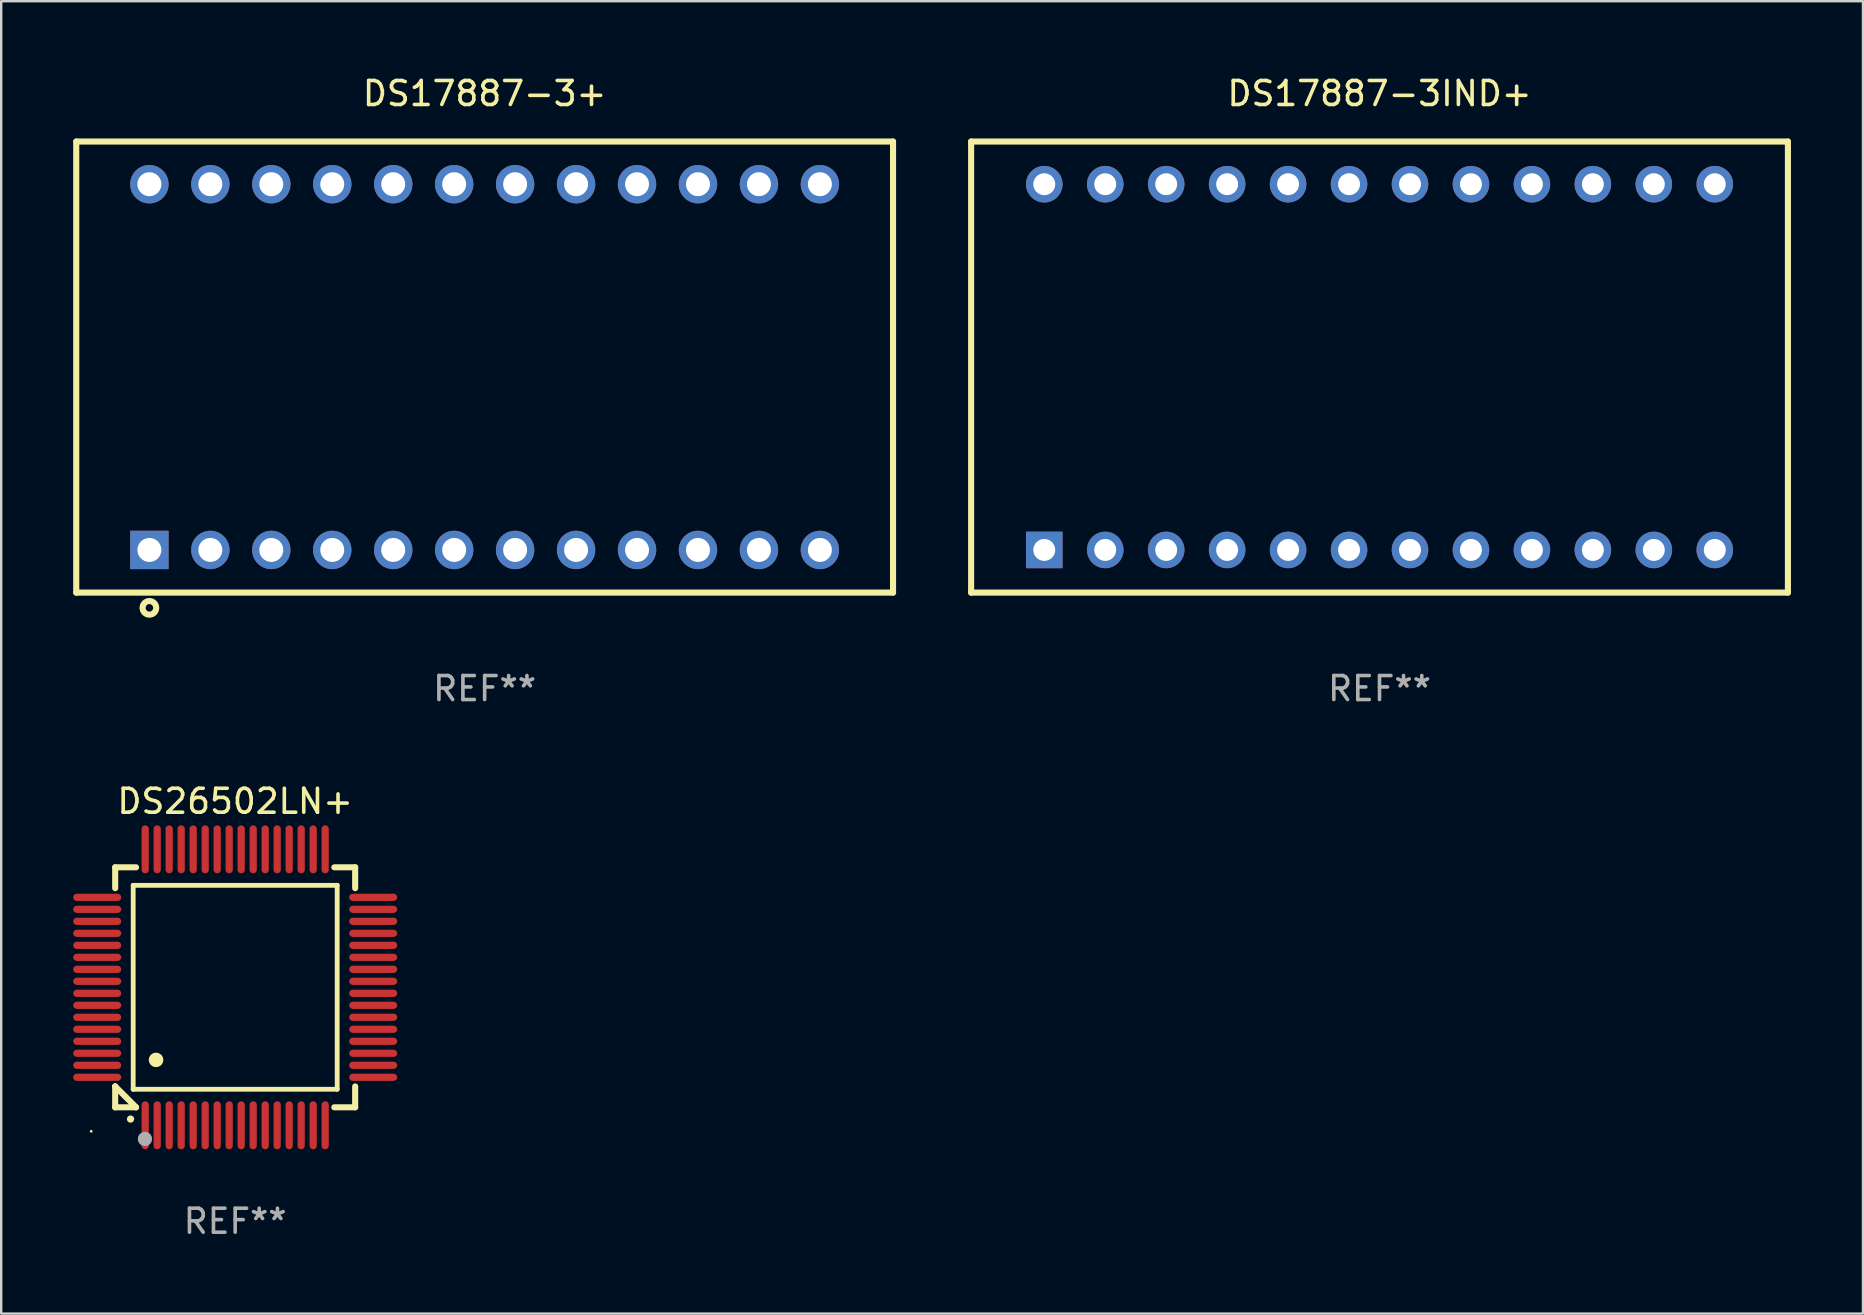
<source format=kicad_pcb>
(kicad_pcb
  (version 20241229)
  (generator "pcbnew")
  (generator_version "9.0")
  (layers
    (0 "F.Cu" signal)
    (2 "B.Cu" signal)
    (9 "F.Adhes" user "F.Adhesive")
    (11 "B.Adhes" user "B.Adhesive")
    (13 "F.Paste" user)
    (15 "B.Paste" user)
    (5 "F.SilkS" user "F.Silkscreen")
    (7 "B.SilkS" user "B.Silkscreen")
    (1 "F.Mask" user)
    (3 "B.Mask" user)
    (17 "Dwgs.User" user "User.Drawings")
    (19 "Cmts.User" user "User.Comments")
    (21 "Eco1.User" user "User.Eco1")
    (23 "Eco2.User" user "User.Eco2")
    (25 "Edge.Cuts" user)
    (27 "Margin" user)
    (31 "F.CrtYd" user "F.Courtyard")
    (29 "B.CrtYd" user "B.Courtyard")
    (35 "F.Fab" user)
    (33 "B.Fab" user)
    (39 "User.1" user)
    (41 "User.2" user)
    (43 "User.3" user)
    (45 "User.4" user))
  (footprint "DS17887-3IND+"
    (layer "F.Cu")
    (at 54.435 12.246)
    (property "Reference" "DS17887-3IND+" (at 0 -11.398 0) (layer "F.SilkS") (effects (font (size 1 1) (thickness 0.15))))
    (attr through_hole)
    (fp_line (start -17.018 -9.398) (end -17.018 9.398) (stroke (width 0.254) (type solid)) (layer "F.SilkS"))
    (fp_line (start -17.018 -9.398) (end 17.018 -9.398) (stroke (width 0.254) (type solid)) (layer "F.SilkS"))
    (fp_line (start -17.018 9.398) (end 17.018 9.398) (stroke (width 0.254) (type solid)) (layer "F.SilkS"))
    (fp_line (start 17.018 -9.398) (end 17.018 9.398) (stroke (width 0.254) (type solid)) (layer "F.SilkS"))
    (fp_text user "REF**" (at 0 13.398 0) (layer "F.Fab") (effects (font (size 1 1) (thickness 0.15))))
    (pad "1" thru_hole rect (at -13.97 7.62) (size 1.524 1.524) (drill 0.914) (layers "*.Cu" "*.Mask"))
    (pad "2" thru_hole circle (at -11.43 7.62) (size 1.524 1.524) (drill 0.914) (layers "*.Cu" "*.Mask"))
    (pad "3" thru_hole circle (at -8.89 7.62) (size 1.524 1.524) (drill 0.914) (layers "*.Cu" "*.Mask"))
    (pad "4" thru_hole circle (at -6.35 7.62) (size 1.524 1.524) (drill 0.914) (layers "*.Cu" "*.Mask"))
    (pad "5" thru_hole circle (at -3.81 7.62) (size 1.524 1.524) (drill 0.914) (layers "*.Cu" "*.Mask"))
    (pad "6" thru_hole circle (at -1.27 7.62) (size 1.524 1.524) (drill 0.914) (layers "*.Cu" "*.Mask"))
    (pad "7" thru_hole circle (at 1.27 7.62) (size 1.524 1.524) (drill 0.914) (layers "*.Cu" "*.Mask"))
    (pad "8" thru_hole circle (at 3.81 7.62) (size 1.524 1.524) (drill 0.914) (layers "*.Cu" "*.Mask"))
    (pad "9" thru_hole circle (at 6.35 7.62) (size 1.524 1.524) (drill 0.914) (layers "*.Cu" "*.Mask"))
    (pad "10" thru_hole circle (at 8.89 7.62) (size 1.524 1.524) (drill 0.914) (layers "*.Cu" "*.Mask"))
    (pad "11" thru_hole circle (at 11.43 7.62) (size 1.524 1.524) (drill 0.914) (layers "*.Cu" "*.Mask"))
    (pad "12" thru_hole circle (at 13.97 7.62) (size 1.524 1.524) (drill 0.914) (layers "*.Cu" "*.Mask"))
    (pad "13" thru_hole circle (at 13.97 -7.62) (size 1.524 1.524) (drill 0.914) (layers "*.Cu" "*.Mask"))
    (pad "14" thru_hole circle (at 11.43 -7.62) (size 1.524 1.524) (drill 0.914) (layers "*.Cu" "*.Mask"))
    (pad "15" thru_hole circle (at 8.89 -7.62) (size 1.524 1.524) (drill 0.914) (layers "*.Cu" "*.Mask"))
    (pad "16" thru_hole circle (at 6.35 -7.62) (size 1.524 1.524) (drill 0.914) (layers "*.Cu" "*.Mask"))
    (pad "17" thru_hole circle (at 3.81 -7.62) (size 1.524 1.524) (drill 0.914) (layers "*.Cu" "*.Mask"))
    (pad "18" thru_hole circle (at 1.27 -7.62) (size 1.524 1.524) (drill 0.914) (layers "*.Cu" "*.Mask"))
    (pad "19" thru_hole circle (at -1.27 -7.62) (size 1.524 1.524) (drill 0.914) (layers "*.Cu" "*.Mask"))
    (pad "20" thru_hole circle (at -3.81 -7.62) (size 1.524 1.524) (drill 0.914) (layers "*.Cu" "*.Mask"))
    (pad "21" thru_hole circle (at -6.35 -7.62) (size 1.524 1.524) (drill 0.914) (layers "*.Cu" "*.Mask"))
    (pad "22" thru_hole circle (at -8.89 -7.62) (size 1.524 1.524) (drill 0.914) (layers "*.Cu" "*.Mask"))
    (pad "23" thru_hole circle (at -11.43 -7.62) (size 1.524 1.524) (drill 0.914) (layers "*.Cu" "*.Mask"))
    (pad "24" thru_hole circle (at -13.97 -7.62) (size 1.524 1.524) (drill 0.914) (layers "*.Cu" "*.Mask")))
  (footprint "DS17887-3+"
    (layer "F.Cu")
    (at 17.145 12.246)
    (property "Reference" "DS17887-3+" (at 0 -11.398 0) (layer "F.SilkS") (effects (font (size 1 1) (thickness 0.15))))
    (attr through_hole)
    (fp_line (start -17.018 -9.398) (end -17.018 9.398) (stroke (width 0.254) (type solid)) (layer "F.SilkS"))
    (fp_line (start -17.018 -9.398) (end 17.018 -9.398) (stroke (width 0.254) (type solid)) (layer "F.SilkS"))
    (fp_line (start -17.018 9.398) (end 17.018 9.398) (stroke (width 0.254) (type solid)) (layer "F.SilkS"))
    (fp_line (start 17.018 -9.398) (end 17.018 9.398) (stroke (width 0.254) (type solid)) (layer "F.SilkS"))
    (fp_circle (center -13.97 10.033) (end -13.686 10.033) (stroke (width 0.254) (type solid)) (fill no) (layer "F.SilkS"))
    (fp_text user "REF**" (at 0 13.398 0) (layer "F.Fab") (effects (font (size 1 1) (thickness 0.15))))
    (pad "1" thru_hole rect (at -13.97 7.62) (size 1.6 1.6) (drill 1) (layers "*.Cu" "*.Mask"))
    (pad "2" thru_hole circle (at -11.43 7.62) (size 1.6 1.6) (drill 1) (layers "*.Cu" "*.Mask"))
    (pad "3" thru_hole circle (at -8.89 7.62) (size 1.6 1.6) (drill 1) (layers "*.Cu" "*.Mask"))
    (pad "4" thru_hole circle (at -6.35 7.62) (size 1.6 1.6) (drill 1) (layers "*.Cu" "*.Mask"))
    (pad "5" thru_hole circle (at -3.81 7.62) (size 1.6 1.6) (drill 1) (layers "*.Cu" "*.Mask"))
    (pad "6" thru_hole circle (at -1.27 7.62) (size 1.6 1.6) (drill 1) (layers "*.Cu" "*.Mask"))
    (pad "7" thru_hole circle (at 1.27 7.62) (size 1.6 1.6) (drill 1) (layers "*.Cu" "*.Mask"))
    (pad "8" thru_hole circle (at 3.81 7.62) (size 1.6 1.6) (drill 1) (layers "*.Cu" "*.Mask"))
    (pad "9" thru_hole circle (at 6.35 7.62) (size 1.6 1.6) (drill 1) (layers "*.Cu" "*.Mask"))
    (pad "10" thru_hole circle (at 8.89 7.62) (size 1.6 1.6) (drill 1) (layers "*.Cu" "*.Mask"))
    (pad "11" thru_hole circle (at 11.43 7.62) (size 1.6 1.6) (drill 1) (layers "*.Cu" "*.Mask"))
    (pad "12" thru_hole circle (at 13.97 7.62) (size 1.6 1.6) (drill 1) (layers "*.Cu" "*.Mask"))
    (pad "13" thru_hole circle (at 13.97 -7.62) (size 1.6 1.6) (drill 1) (layers "*.Cu" "*.Mask"))
    (pad "14" thru_hole circle (at 11.43 -7.62) (size 1.6 1.6) (drill 1) (layers "*.Cu" "*.Mask"))
    (pad "15" thru_hole circle (at 8.89 -7.62) (size 1.6 1.6) (drill 1) (layers "*.Cu" "*.Mask"))
    (pad "16" thru_hole circle (at 6.35 -7.62) (size 1.6 1.6) (drill 1) (layers "*.Cu" "*.Mask"))
    (pad "17" thru_hole circle (at 3.81 -7.62) (size 1.6 1.6) (drill 1) (layers "*.Cu" "*.Mask"))
    (pad "18" thru_hole circle (at 1.27 -7.62) (size 1.6 1.6) (drill 1) (layers "*.Cu" "*.Mask"))
    (pad "19" thru_hole circle (at -1.27 -7.62) (size 1.6 1.6) (drill 1) (layers "*.Cu" "*.Mask"))
    (pad "20" thru_hole circle (at -3.81 -7.62) (size 1.6 1.6) (drill 1) (layers "*.Cu" "*.Mask"))
    (pad "21" thru_hole circle (at -6.35 -7.62) (size 1.6 1.6) (drill 1) (layers "*.Cu" "*.Mask"))
    (pad "22" thru_hole circle (at -8.89 -7.62) (size 1.6 1.6) (drill 1) (layers "*.Cu" "*.Mask"))
    (pad "23" thru_hole circle (at -11.43 -7.62) (size 1.6 1.6) (drill 1) (layers "*.Cu" "*.Mask"))
    (pad "24" thru_hole circle (at -13.97 -7.62) (size 1.6 1.6) (drill 1) (layers "*.Cu" "*.Mask")))
  (footprint "DS26502LN+"
    (layer "F.Cu")
    (at 6.75 38.091)
    (property "Reference" "DS26502LN+" (at 0 -7.75 0) (layer "F.SilkS") (effects (font (size 1 1) (thickness 0.15))))
    (attr through_hole)
    (fp_line (start -5 -5) (end -4.131 -5) (stroke (width 0.254) (type solid)) (layer "F.SilkS"))
    (fp_line (start -5 -4.131) (end -5 -5) (stroke (width 0.254) (type solid)) (layer "F.SilkS"))
    (fp_line (start -5 4.131) (end -5 4.131) (stroke (width 0.254) (type solid)) (layer "F.SilkS"))
    (fp_line (start -5 5) (end -5 4.131) (stroke (width 0.254) (type solid)) (layer "F.SilkS"))
    (fp_line (start -5 4.131) (end -4.131 5) (stroke (width 0.254) (type solid)) (layer "F.SilkS"))
    (fp_line (start -4.25 -4.25) (end -4.25 4.25) (stroke (width 0.2) (type solid)) (layer "F.SilkS"))
    (fp_line (start -4.25 4.25) (end 4.25 4.25) (stroke (width 0.2) (type solid)) (layer "F.SilkS"))
    (fp_line (start -4.131 5) (end -5 5) (stroke (width 0.254) (type solid)) (layer "F.SilkS"))
    (fp_line (start 4.25 -4.25) (end -4.25 -4.25) (stroke (width 0.2) (type solid)) (layer "F.SilkS"))
    (fp_line (start 4.25 4.25) (end 4.25 -4.25) (stroke (width 0.2) (type solid)) (layer "F.SilkS"))
    (fp_line (start 5 -5) (end 4.131 -5) (stroke (width 0.254) (type solid)) (layer "F.SilkS"))
    (fp_line (start 5 -5) (end 5 -4.131) (stroke (width 0.254) (type solid)) (layer "F.SilkS"))
    (fp_line (start 5 4.131) (end 5 5) (stroke (width 0.254) (type solid)) (layer "F.SilkS"))
    (fp_line (start 5 5) (end 4.131 5) (stroke (width 0.254) (type solid)) (layer "F.SilkS"))
    (fp_arc (start -4.361265 5.489992) (mid -4.359995 5.489987) (end -4.358725 5.489992) (stroke (width 0.3) (type solid)) (layer "F.SilkS"))
    (fp_arc (start -3.299467 3.025146) (mid -3.296927 3.025135) (end -3.294387 3.025146) (stroke (width 0.6) (type solid)) (layer "F.SilkS"))
    (fp_circle (center -6 6) (end -5.97 6) (stroke (width 0.06) (type solid)) (fill no) (layer "F.SilkS"))
    (fp_circle (center -3.76 6.32) (end -3.61 6.32) (stroke (width 0.3) (type solid)) (fill no) (layer "F.Fab"))
    (fp_text user "REF**" (at 0 9.75 0) (layer "F.Fab") (effects (font (size 1 1) (thickness 0.15))))
    (pad "1" smd oval (at -3.75 5.75) (size 0.3 2) (layers "F.Cu" "F.Mask" "F.Paste"))
    (pad "2" smd oval (at -3.25 5.75) (size 0.3 2) (layers "F.Cu" "F.Mask" "F.Paste"))
    (pad "3" smd oval (at -2.75 5.75) (size 0.3 2) (layers "F.Cu" "F.Mask" "F.Paste"))
    (pad "4" smd oval (at -2.25 5.75) (size 0.3 2) (layers "F.Cu" "F.Mask" "F.Paste"))
    (pad "5" smd oval (at -1.75 5.75) (size 0.3 2) (layers "F.Cu" "F.Mask" "F.Paste"))
    (pad "6" smd oval (at -1.25 5.75) (size 0.3 2) (layers "F.Cu" "F.Mask" "F.Paste"))
    (pad "7" smd oval (at -0.75 5.75) (size 0.3 2) (layers "F.Cu" "F.Mask" "F.Paste"))
    (pad "8" smd oval (at -0.25 5.75) (size 0.3 2) (layers "F.Cu" "F.Mask" "F.Paste"))
    (pad "9" smd oval (at 0.25 5.75) (size 0.3 2) (layers "F.Cu" "F.Mask" "F.Paste"))
    (pad "10" smd oval (at 0.75 5.75) (size 0.3 2) (layers "F.Cu" "F.Mask" "F.Paste"))
    (pad "11" smd oval (at 1.25 5.75) (size 0.3 2) (layers "F.Cu" "F.Mask" "F.Paste"))
    (pad "12" smd oval (at 1.75 5.75) (size 0.3 2) (layers "F.Cu" "F.Mask" "F.Paste"))
    (pad "13" smd oval (at 2.25 5.75) (size 0.3 2) (layers "F.Cu" "F.Mask" "F.Paste"))
    (pad "14" smd oval (at 2.75 5.75) (size 0.3 2) (layers "F.Cu" "F.Mask" "F.Paste"))
    (pad "15" smd oval (at 3.25 5.75) (size 0.3 2) (layers "F.Cu" "F.Mask" "F.Paste"))
    (pad "16" smd oval (at 3.75 5.75) (size 0.3 2) (layers "F.Cu" "F.Mask" "F.Paste"))
    (pad "17" smd oval (at 5.75 3.75) (size 2 0.3) (layers "F.Cu" "F.Mask" "F.Paste"))
    (pad "18" smd oval (at 5.75 3.25) (size 2 0.3) (layers "F.Cu" "F.Mask" "F.Paste"))
    (pad "19" smd oval (at 5.75 2.75) (size 2 0.3) (layers "F.Cu" "F.Mask" "F.Paste"))
    (pad "20" smd oval (at 5.75 2.25) (size 2 0.3) (layers "F.Cu" "F.Mask" "F.Paste"))
    (pad "21" smd oval (at 5.75 1.75) (size 2 0.3) (layers "F.Cu" "F.Mask" "F.Paste"))
    (pad "22" smd oval (at 5.75 1.25) (size 2 0.3) (layers "F.Cu" "F.Mask" "F.Paste"))
    (pad "23" smd oval (at 5.75 0.75) (size 2 0.3) (layers "F.Cu" "F.Mask" "F.Paste"))
    (pad "24" smd oval (at 5.75 0.25) (size 2 0.3) (layers "F.Cu" "F.Mask" "F.Paste"))
    (pad "25" smd oval (at 5.75 -0.25) (size 2 0.3) (layers "F.Cu" "F.Mask" "F.Paste"))
    (pad "26" smd oval (at 5.75 -0.75) (size 2 0.3) (layers "F.Cu" "F.Mask" "F.Paste"))
    (pad "27" smd oval (at 5.75 -1.25) (size 2 0.3) (layers "F.Cu" "F.Mask" "F.Paste"))
    (pad "28" smd oval (at 5.75 -1.75) (size 2 0.3) (layers "F.Cu" "F.Mask" "F.Paste"))
    (pad "29" smd oval (at 5.75 -2.25) (size 2 0.3) (layers "F.Cu" "F.Mask" "F.Paste"))
    (pad "30" smd oval (at 5.75 -2.75) (size 2 0.3) (layers "F.Cu" "F.Mask" "F.Paste"))
    (pad "31" smd oval (at 5.75 -3.25) (size 2 0.3) (layers "F.Cu" "F.Mask" "F.Paste"))
    (pad "32" smd oval (at 5.75 -3.75) (size 2 0.3) (layers "F.Cu" "F.Mask" "F.Paste"))
    (pad "33" smd oval (at 3.75 -5.75) (size 0.3 2) (layers "F.Cu" "F.Mask" "F.Paste"))
    (pad "34" smd oval (at 3.25 -5.75) (size 0.3 2) (layers "F.Cu" "F.Mask" "F.Paste"))
    (pad "35" smd oval (at 2.75 -5.75) (size 0.3 2) (layers "F.Cu" "F.Mask" "F.Paste"))
    (pad "36" smd oval (at 2.25 -5.75) (size 0.3 2) (layers "F.Cu" "F.Mask" "F.Paste"))
    (pad "37" smd oval (at 1.75 -5.75) (size 0.3 2) (layers "F.Cu" "F.Mask" "F.Paste"))
    (pad "38" smd oval (at 1.25 -5.75) (size 0.3 2) (layers "F.Cu" "F.Mask" "F.Paste"))
    (pad "39" smd oval (at 0.75 -5.75) (size 0.3 2) (layers "F.Cu" "F.Mask" "F.Paste"))
    (pad "40" smd oval (at 0.25 -5.75) (size 0.3 2) (layers "F.Cu" "F.Mask" "F.Paste"))
    (pad "41" smd oval (at -0.25 -5.75) (size 0.3 2) (layers "F.Cu" "F.Mask" "F.Paste"))
    (pad "42" smd oval (at -0.75 -5.75) (size 0.3 2) (layers "F.Cu" "F.Mask" "F.Paste"))
    (pad "43" smd oval (at -1.25 -5.75) (size 0.3 2) (layers "F.Cu" "F.Mask" "F.Paste"))
    (pad "44" smd oval (at -1.75 -5.75) (size 0.3 2) (layers "F.Cu" "F.Mask" "F.Paste"))
    (pad "45" smd oval (at -2.25 -5.75) (size 0.3 2) (layers "F.Cu" "F.Mask" "F.Paste"))
    (pad "46" smd oval (at -2.75 -5.75) (size 0.3 2) (layers "F.Cu" "F.Mask" "F.Paste"))
    (pad "47" smd oval (at -3.25 -5.75) (size 0.3 2) (layers "F.Cu" "F.Mask" "F.Paste"))
    (pad "48" smd oval (at -3.75 -5.75) (size 0.3 2) (layers "F.Cu" "F.Mask" "F.Paste"))
    (pad "49" smd oval (at -5.75 -3.75) (size 2 0.3) (layers "F.Cu" "F.Mask" "F.Paste"))
    (pad "50" smd oval (at -5.75 -3.25) (size 2 0.3) (layers "F.Cu" "F.Mask" "F.Paste"))
    (pad "51" smd oval (at -5.75 -2.75) (size 2 0.3) (layers "F.Cu" "F.Mask" "F.Paste"))
    (pad "52" smd oval (at -5.75 -2.25) (size 2 0.3) (layers "F.Cu" "F.Mask" "F.Paste"))
    (pad "53" smd oval (at -5.75 -1.75) (size 2 0.3) (layers "F.Cu" "F.Mask" "F.Paste"))
    (pad "54" smd oval (at -5.75 -1.25) (size 2 0.3) (layers "F.Cu" "F.Mask" "F.Paste"))
    (pad "55" smd oval (at -5.75 -0.75) (size 2 0.3) (layers "F.Cu" "F.Mask" "F.Paste"))
    (pad "56" smd oval (at -5.75 -0.25) (size 2 0.3) (layers "F.Cu" "F.Mask" "F.Paste"))
    (pad "57" smd oval (at -5.75 0.25) (size 2 0.3) (layers "F.Cu" "F.Mask" "F.Paste"))
    (pad "58" smd oval (at -5.75 0.75) (size 2 0.3) (layers "F.Cu" "F.Mask" "F.Paste"))
    (pad "59" smd oval (at -5.75 1.25) (size 2 0.3) (layers "F.Cu" "F.Mask" "F.Paste"))
    (pad "60" smd oval (at -5.75 1.75) (size 2 0.3) (layers "F.Cu" "F.Mask" "F.Paste"))
    (pad "61" smd oval (at -5.75 2.25) (size 2 0.3) (layers "F.Cu" "F.Mask" "F.Paste"))
    (pad "62" smd oval (at -5.75 2.75) (size 2 0.3) (layers "F.Cu" "F.Mask" "F.Paste"))
    (pad "63" smd oval (at -5.75 3.25) (size 2 0.3) (layers "F.Cu" "F.Mask" "F.Paste"))
    (pad "64" smd oval (at -5.75 3.75) (size 2 0.3) (layers "F.Cu" "F.Mask" "F.Paste")))
  (gr_rect
    (start -3 -3)
    (end 74.58 51.689)
    (stroke (width 0.1) (type default))
    (fill no)
    (layer "Edge.Cuts")))
</source>
